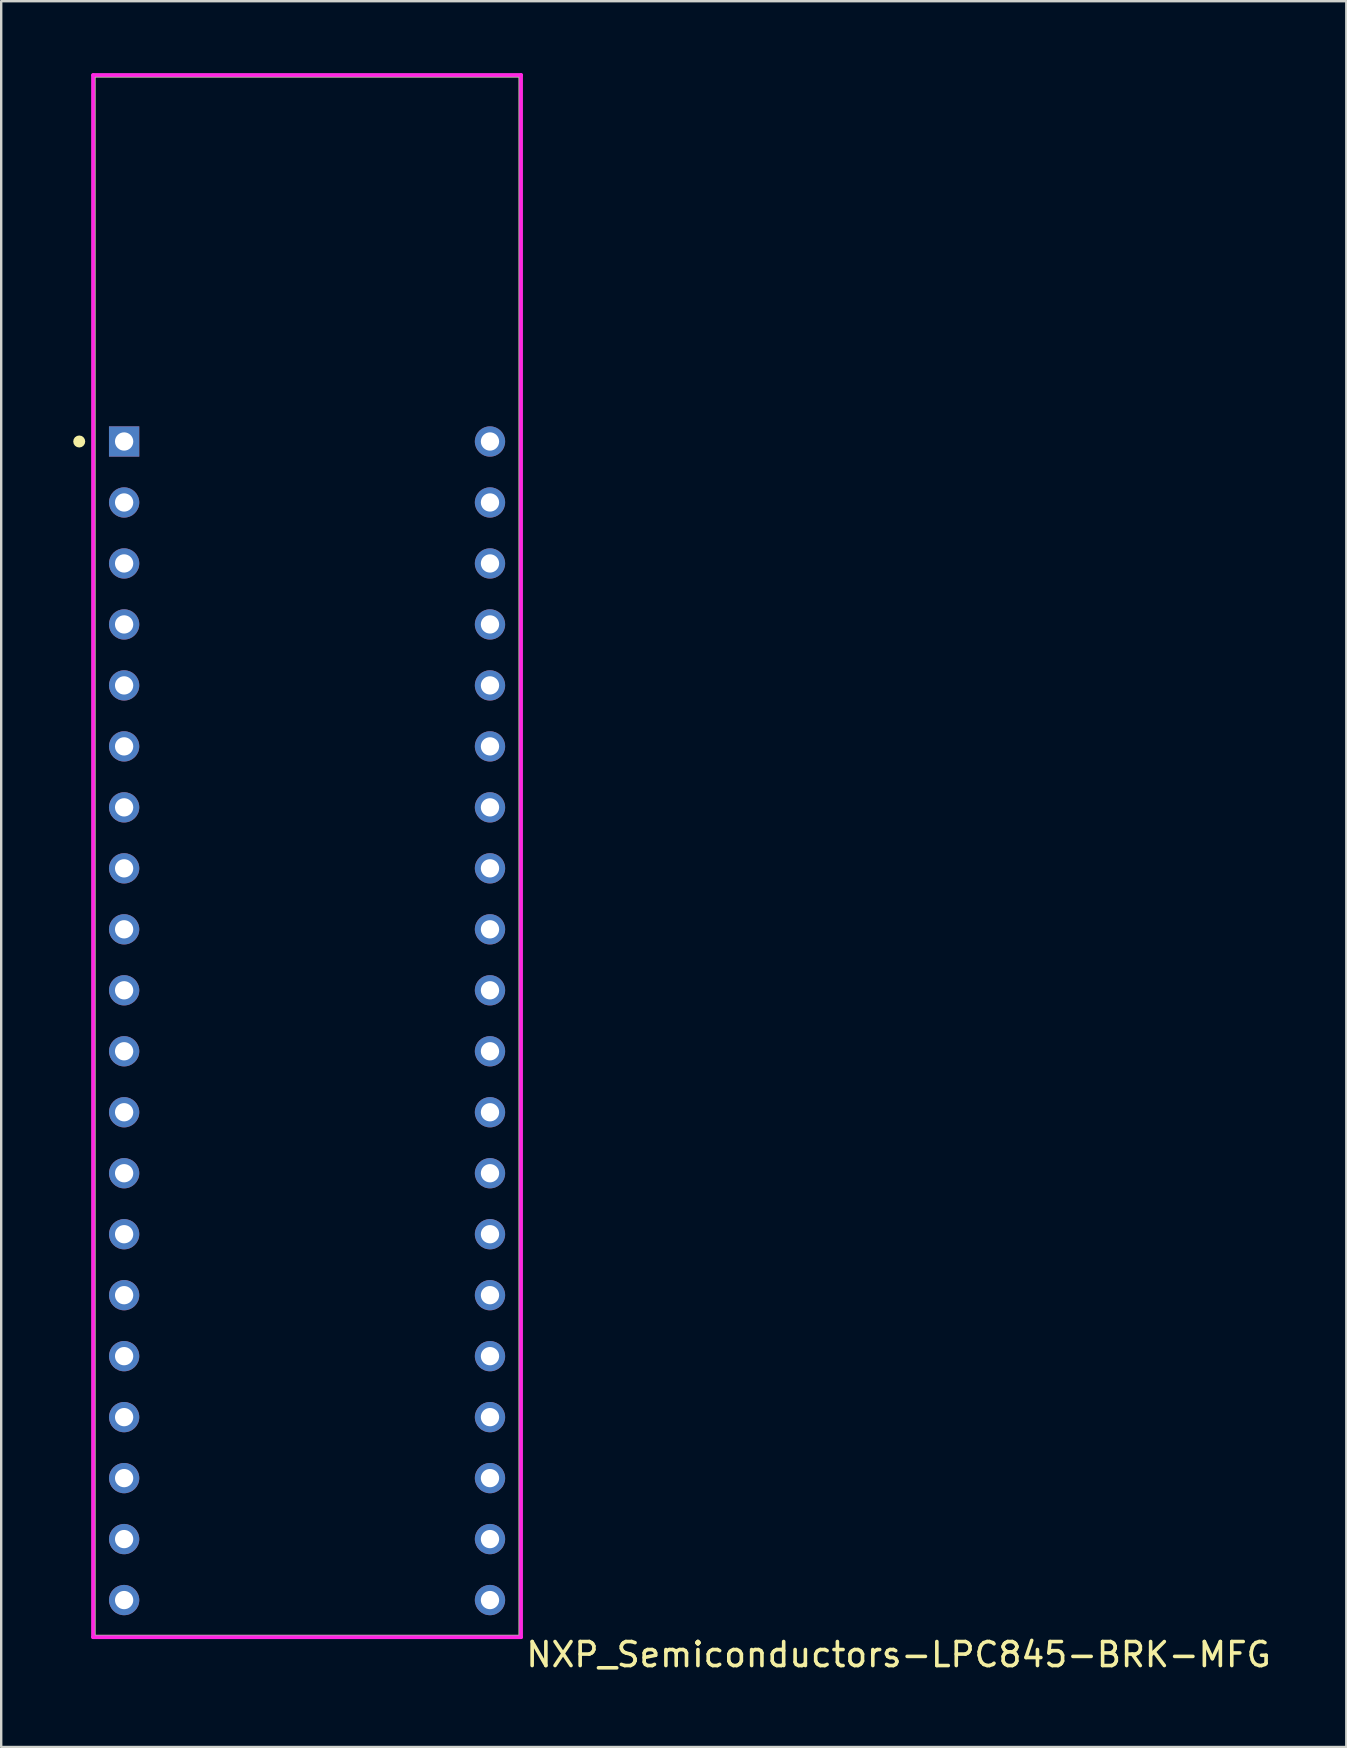
<source format=kicad_pcb>
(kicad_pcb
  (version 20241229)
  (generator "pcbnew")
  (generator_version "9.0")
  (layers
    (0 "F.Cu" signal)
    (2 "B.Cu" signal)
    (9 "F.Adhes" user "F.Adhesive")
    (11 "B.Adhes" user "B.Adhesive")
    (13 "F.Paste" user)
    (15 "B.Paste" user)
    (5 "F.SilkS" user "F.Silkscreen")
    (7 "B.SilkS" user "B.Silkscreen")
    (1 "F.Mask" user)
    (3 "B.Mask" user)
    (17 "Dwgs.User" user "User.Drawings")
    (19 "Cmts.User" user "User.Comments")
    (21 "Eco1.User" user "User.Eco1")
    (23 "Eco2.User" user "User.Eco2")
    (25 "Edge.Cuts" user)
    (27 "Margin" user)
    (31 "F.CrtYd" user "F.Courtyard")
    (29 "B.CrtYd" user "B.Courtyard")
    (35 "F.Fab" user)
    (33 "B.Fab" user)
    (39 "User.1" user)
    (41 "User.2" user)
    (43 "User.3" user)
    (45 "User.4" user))
  (footprint "NXP_Semiconductors-LPC845-BRK-MFG"
    (layer "F.Cu")
    (at 9.74 32.485)
    (property "Reference" "NXP_Semiconductors-LPC845-BRK-MFG" (at 9.04 33.387 180) (layer "F.SilkS") (effects (font (size 1 1) (thickness 0.15)) (justify left)))
    (attr through_hole)
    (fp_line (start -8.89 -32.385) (end 8.89 -32.385) (stroke (width 0.15) (type solid)) (layer "F.SilkS"))
    (fp_line (start -8.89 32.639) (end -8.89 -32.385) (stroke (width 0.15) (type solid)) (layer "F.SilkS"))
    (fp_line (start -8.89 32.639) (end 8.89 32.639) (stroke (width 0.15) (type solid)) (layer "F.SilkS"))
    (fp_line (start 8.89 32.639) (end 8.89 -32.385) (stroke (width 0.15) (type solid)) (layer "F.SilkS"))
    (fp_circle (center -9.49 -17.145) (end -9.365 -17.145) (stroke (width 0.25) (type solid)) (fill no) (layer "F.SilkS"))
    (fp_line (start -8.915 -32.41) (end -8.915 32.664) (stroke (width 0.15) (type solid)) (layer "F.CrtYd"))
    (fp_line (start -8.915 32.664) (end 8.915 32.664) (stroke (width 0.15) (type solid)) (layer "F.CrtYd"))
    (fp_line (start 8.915 -32.41) (end -8.915 -32.41) (stroke (width 0.15) (type solid)) (layer "F.CrtYd"))
    (fp_line (start 8.915 -32.41) (end 8.915 -32.41) (stroke (width 0.15) (type solid)) (layer "F.CrtYd"))
    (fp_line (start 8.915 32.664) (end 8.915 -32.41) (stroke (width 0.15) (type solid)) (layer "F.CrtYd"))
    (fp_line (start -8.89 -32.385) (end 8.89 -32.385) (stroke (width 0.15) (type solid)) (layer "F.Fab"))
    (fp_line (start -8.89 32.639) (end -8.89 -32.385) (stroke (width 0.15) (type solid)) (layer "F.Fab"))
    (fp_line (start 8.89 -32.385) (end 8.89 32.639) (stroke (width 0.15) (type solid)) (layer "F.Fab"))
    (fp_line (start 8.89 32.639) (end -8.89 32.639) (stroke (width 0.15) (type solid)) (layer "F.Fab"))
    (pad "1" thru_hole rect (at -7.62 -17.145) (size 1.262 1.262) (drill 0.762) (layers "*.Cu"))
    (pad "2" thru_hole circle (at -7.62 -14.605) (size 1.262 1.262) (drill 0.762) (layers "*.Cu"))
    (pad "3" thru_hole circle (at -7.62 -12.065) (size 1.262 1.262) (drill 0.762) (layers "*.Cu"))
    (pad "4" thru_hole circle (at -7.62 -9.525) (size 1.262 1.262) (drill 0.762) (layers "*.Cu"))
    (pad "5" thru_hole circle (at -7.62 -6.985) (size 1.262 1.262) (drill 0.762) (layers "*.Cu"))
    (pad "6" thru_hole circle (at -7.62 -4.445) (size 1.262 1.262) (drill 0.762) (layers "*.Cu"))
    (pad "7" thru_hole circle (at -7.62 -1.905) (size 1.262 1.262) (drill 0.762) (layers "*.Cu"))
    (pad "8" thru_hole circle (at -7.62 0.635) (size 1.262 1.262) (drill 0.762) (layers "*.Cu"))
    (pad "9" thru_hole circle (at -7.62 3.175) (size 1.262 1.262) (drill 0.762) (layers "*.Cu"))
    (pad "10" thru_hole circle (at -7.62 5.715) (size 1.262 1.262) (drill 0.762) (layers "*.Cu"))
    (pad "11" thru_hole circle (at -7.62 8.255) (size 1.262 1.262) (drill 0.762) (layers "*.Cu"))
    (pad "12" thru_hole circle (at -7.62 10.795) (size 1.262 1.262) (drill 0.762) (layers "*.Cu"))
    (pad "13" thru_hole circle (at -7.62 13.335) (size 1.262 1.262) (drill 0.762) (layers "*.Cu"))
    (pad "14" thru_hole circle (at -7.62 15.875) (size 1.262 1.262) (drill 0.762) (layers "*.Cu"))
    (pad "15" thru_hole circle (at -7.62 18.415) (size 1.262 1.262) (drill 0.762) (layers "*.Cu"))
    (pad "16" thru_hole circle (at -7.62 20.955) (size 1.262 1.262) (drill 0.762) (layers "*.Cu"))
    (pad "17" thru_hole circle (at -7.62 23.495) (size 1.262 1.262) (drill 0.762) (layers "*.Cu"))
    (pad "18" thru_hole circle (at -7.62 26.035) (size 1.262 1.262) (drill 0.762) (layers "*.Cu"))
    (pad "19" thru_hole circle (at -7.62 28.575) (size 1.262 1.262) (drill 0.762) (layers "*.Cu"))
    (pad "20" thru_hole circle (at -7.62 31.115) (size 1.262 1.262) (drill 0.762) (layers "*.Cu"))
    (pad "21" thru_hole circle (at 7.62 31.115) (size 1.262 1.262) (drill 0.762) (layers "*.Cu"))
    (pad "22" thru_hole circle (at 7.62 28.575) (size 1.262 1.262) (drill 0.762) (layers "*.Cu"))
    (pad "23" thru_hole circle (at 7.62 26.035) (size 1.262 1.262) (drill 0.762) (layers "*.Cu"))
    (pad "24" thru_hole circle (at 7.62 23.495) (size 1.262 1.262) (drill 0.762) (layers "*.Cu"))
    (pad "25" thru_hole circle (at 7.62 20.955) (size 1.262 1.262) (drill 0.762) (layers "*.Cu"))
    (pad "26" thru_hole circle (at 7.62 18.415) (size 1.262 1.262) (drill 0.762) (layers "*.Cu"))
    (pad "27" thru_hole circle (at 7.62 15.875) (size 1.262 1.262) (drill 0.762) (layers "*.Cu"))
    (pad "28" thru_hole circle (at 7.62 13.335) (size 1.262 1.262) (drill 0.762) (layers "*.Cu"))
    (pad "29" thru_hole circle (at 7.62 10.795) (size 1.262 1.262) (drill 0.762) (layers "*.Cu"))
    (pad "30" thru_hole circle (at 7.62 8.255) (size 1.262 1.262) (drill 0.762) (layers "*.Cu"))
    (pad "31" thru_hole circle (at 7.62 5.715) (size 1.262 1.262) (drill 0.762) (layers "*.Cu"))
    (pad "32" thru_hole circle (at 7.62 3.175) (size 1.262 1.262) (drill 0.762) (layers "*.Cu"))
    (pad "33" thru_hole circle (at 7.62 0.635) (size 1.262 1.262) (drill 0.762) (layers "*.Cu"))
    (pad "34" thru_hole circle (at 7.62 -1.905) (size 1.262 1.262) (drill 0.762) (layers "*.Cu"))
    (pad "35" thru_hole circle (at 7.62 -4.445) (size 1.262 1.262) (drill 0.762) (layers "*.Cu"))
    (pad "36" thru_hole circle (at 7.62 -6.985) (size 1.262 1.262) (drill 0.762) (layers "*.Cu"))
    (pad "37" thru_hole circle (at 7.62 -9.525) (size 1.262 1.262) (drill 0.762) (layers "*.Cu"))
    (pad "38" thru_hole circle (at 7.62 -12.065) (size 1.262 1.262) (drill 0.762) (layers "*.Cu"))
    (pad "39" thru_hole circle (at 7.62 -14.605) (size 1.262 1.262) (drill 0.762) (layers "*.Cu"))
    (pad "40" thru_hole circle (at 7.62 -17.145) (size 1.262 1.262) (drill 0.762) (layers "*.Cu")))
  (gr_rect
    (start -3 -3)
    (end 53.03 69.72)
    (stroke (width 0.1) (type default))
    (fill no)
    (layer "Edge.Cuts")))
</source>
